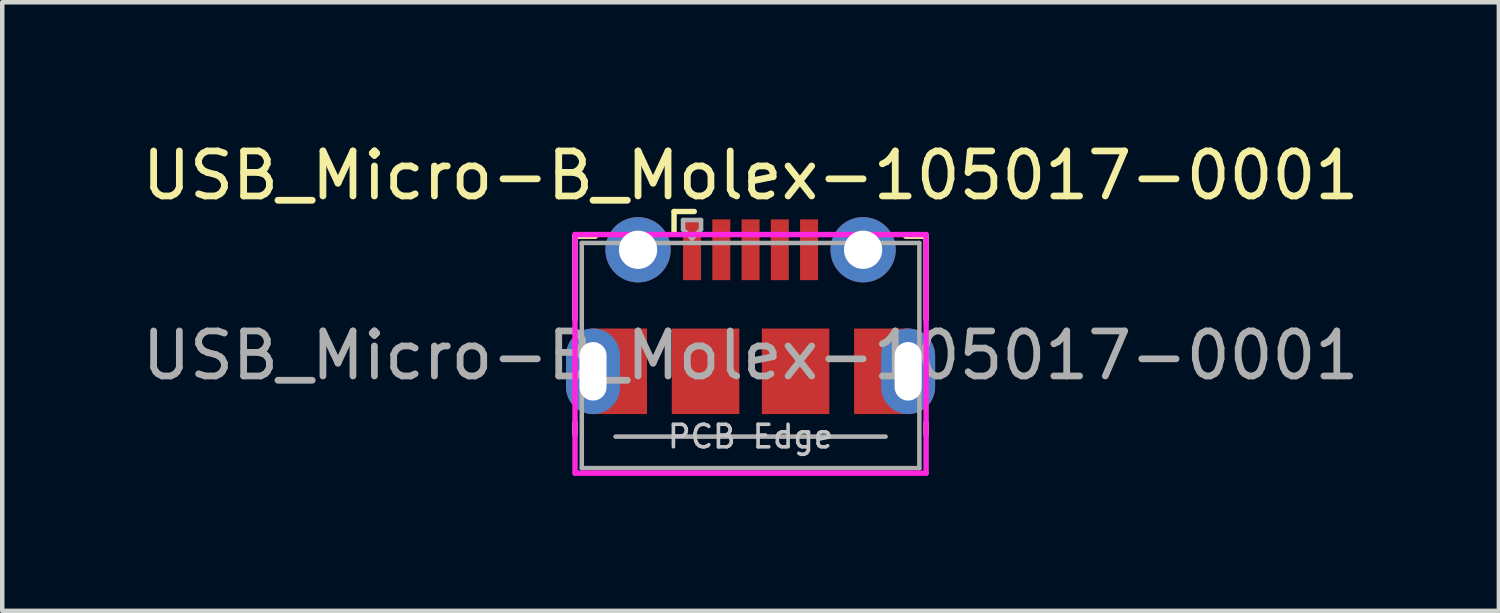
<source format=kicad_pcb>
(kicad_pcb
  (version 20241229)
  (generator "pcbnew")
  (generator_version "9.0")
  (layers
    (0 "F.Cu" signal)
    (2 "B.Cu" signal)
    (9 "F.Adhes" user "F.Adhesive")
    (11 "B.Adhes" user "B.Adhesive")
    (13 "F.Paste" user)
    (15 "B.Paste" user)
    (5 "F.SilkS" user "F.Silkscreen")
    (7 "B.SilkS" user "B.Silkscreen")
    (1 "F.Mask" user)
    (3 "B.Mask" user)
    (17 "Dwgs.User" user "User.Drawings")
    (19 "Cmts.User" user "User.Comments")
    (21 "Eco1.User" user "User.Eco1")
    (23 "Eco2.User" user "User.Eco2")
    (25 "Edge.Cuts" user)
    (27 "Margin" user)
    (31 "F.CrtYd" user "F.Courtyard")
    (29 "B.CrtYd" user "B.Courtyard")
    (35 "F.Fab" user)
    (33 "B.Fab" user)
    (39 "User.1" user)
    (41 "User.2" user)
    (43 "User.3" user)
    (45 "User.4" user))
  (footprint "USB_Micro-B_Molex-105017-0001"
    (layer "F.Cu")
    (at 13.625 3.961)
    (property "Reference" "USB_Micro-B_Molex-105017-0001" (at 0 -3.112 0) (layer "F.SilkS") (effects (font (size 1 1) (thickness 0.15))))
    (attr smd)
    (fp_line (start -3.9 -1.762) (end -3.45 -1.762) (stroke (width 0.12) (type solid)) (layer "F.SilkS"))
    (fp_line (start -3.9 0.087) (end -3.9 -1.762) (stroke (width 0.12) (type solid)) (layer "F.SilkS"))
    (fp_line (start -3.9 2.638) (end -3.9 2.388) (stroke (width 0.12) (type solid)) (layer "F.SilkS"))
    (fp_line (start -1.7 -2.312) (end -1.7 -1.863) (stroke (width 0.12) (type solid)) (layer "F.SilkS"))
    (fp_line (start -1.7 -2.312) (end -1.25 -2.312) (stroke (width 0.12) (type solid)) (layer "F.SilkS"))
    (fp_line (start 3.9 -1.762) (end 3.45 -1.762) (stroke (width 0.12) (type solid)) (layer "F.SilkS"))
    (fp_line (start 3.9 0.087) (end 3.9 -1.762) (stroke (width 0.12) (type solid)) (layer "F.SilkS"))
    (fp_line (start 3.9 2.638) (end 3.9 2.388) (stroke (width 0.12) (type solid)) (layer "F.SilkS"))
    (fp_line (start -3.9 -1.8) (end 3.9 -1.8) (stroke (width 0.12) (type solid)) (layer "F.CrtYd"))
    (fp_line (start -3.9 3.5) (end -3.9 -1.8) (stroke (width 0.12) (type solid)) (layer "F.CrtYd"))
    (fp_line (start 3.9 -1.8) (end 3.9 3.5) (stroke (width 0.12) (type solid)) (layer "F.CrtYd"))
    (fp_line (start 3.9 3.5) (end -3.9 3.5) (stroke (width 0.12) (type solid)) (layer "F.CrtYd"))
    (fp_line (start -3.75 -1.613) (end 3.75 -1.613) (stroke (width 0.1) (type solid)) (layer "F.Fab"))
    (fp_line (start -3.75 3.388) (end -3.75 -1.613) (stroke (width 0.1) (type solid)) (layer "F.Fab"))
    (fp_line (start -3.75 3.389) (end 3.75 3.389) (stroke (width 0.1) (type solid)) (layer "F.Fab"))
    (fp_line (start -3 2.689) (end 3 2.689) (stroke (width 0.1) (type solid)) (layer "F.Fab"))
    (fp_line (start -1.5 -2.123) (end -1.5 -1.913) (stroke (width 0.1) (type solid)) (layer "F.Fab"))
    (fp_line (start -1.5 -2.123) (end -1.1 -2.123) (stroke (width 0.1) (type solid)) (layer "F.Fab"))
    (fp_line (start -1.3 -1.712) (end -1.5 -1.913) (stroke (width 0.1) (type solid)) (layer "F.Fab"))
    (fp_line (start -1.1 -2.123) (end -1.1 -1.913) (stroke (width 0.1) (type solid)) (layer "F.Fab"))
    (fp_line (start -1.1 -1.913) (end -1.3 -1.712) (stroke (width 0.1) (type solid)) (layer "F.Fab"))
    (fp_line (start 3.75 3.388) (end 3.75 -1.613) (stroke (width 0.1) (type solid)) (layer "F.Fab"))
    (fp_text user "PCB Edge" (at 0 2.688 0) (layer "Dwgs.User") (effects (font (size 0.5 0.5) (thickness 0.08))))
    (fp_text user "${REFERENCE}" (at 0 0.887 0) (layer "F.Fab") (effects (font (size 1 1) (thickness 0.15))))
    (pad "1" smd rect (at -1.3 -1.462) (size 0.4 1.35) (layers "F.Cu" "F.Mask" "F.Paste"))
    (pad "2" smd rect (at -0.65 -1.462) (size 0.4 1.35) (layers "F.Cu" "F.Mask" "F.Paste"))
    (pad "3" smd rect (at 0 -1.462) (size 0.4 1.35) (layers "F.Cu" "F.Mask" "F.Paste"))
    (pad "4" smd rect (at 0.65 -1.462) (size 0.4 1.35) (layers "F.Cu" "F.Mask" "F.Paste"))
    (pad "5" smd rect (at 1.3 -1.462) (size 0.4 1.35) (layers "F.Cu" "F.Mask" "F.Paste"))
    (pad "6" thru_hole oval (at -3.5 1.238 180) (size 1.2 1.9) (drill oval 0.6 1.3) (layers "*.Cu" "*.Mask"))
    (pad "6" smd rect (at -2.9 1.238) (size 1.2 1.9) (layers "F.Cu" "F.Mask"))
    (pad "6" thru_hole circle (at -2.5 -1.462) (size 1.45 1.45) (drill 0.85) (layers "*.Cu" "*.Mask"))
    (pad "6" smd rect (at -1 1.238) (size 1.5 1.9) (layers "F.Cu" "F.Mask" "F.Paste"))
    (pad "6" smd rect (at 1 1.238) (size 1.5 1.9) (layers "F.Cu" "F.Mask" "F.Paste"))
    (pad "6" thru_hole circle (at 2.5 -1.462) (size 1.45 1.45) (drill 0.85) (layers "*.Cu" "*.Mask"))
    (pad "6" smd rect (at 2.9 1.238) (size 1.2 1.9) (layers "F.Cu" "F.Mask"))
    (pad "6" thru_hole oval (at 3.5 1.238) (size 1.2 1.9) (drill oval 0.6 1.3) (layers "*.Cu" "*.Mask")))
  (gr_rect
    (start -3 -3)
    (end 30.25 10.521)
    (stroke (width 0.1) (type default))
    (fill no)
    (layer "Edge.Cuts")))
</source>
